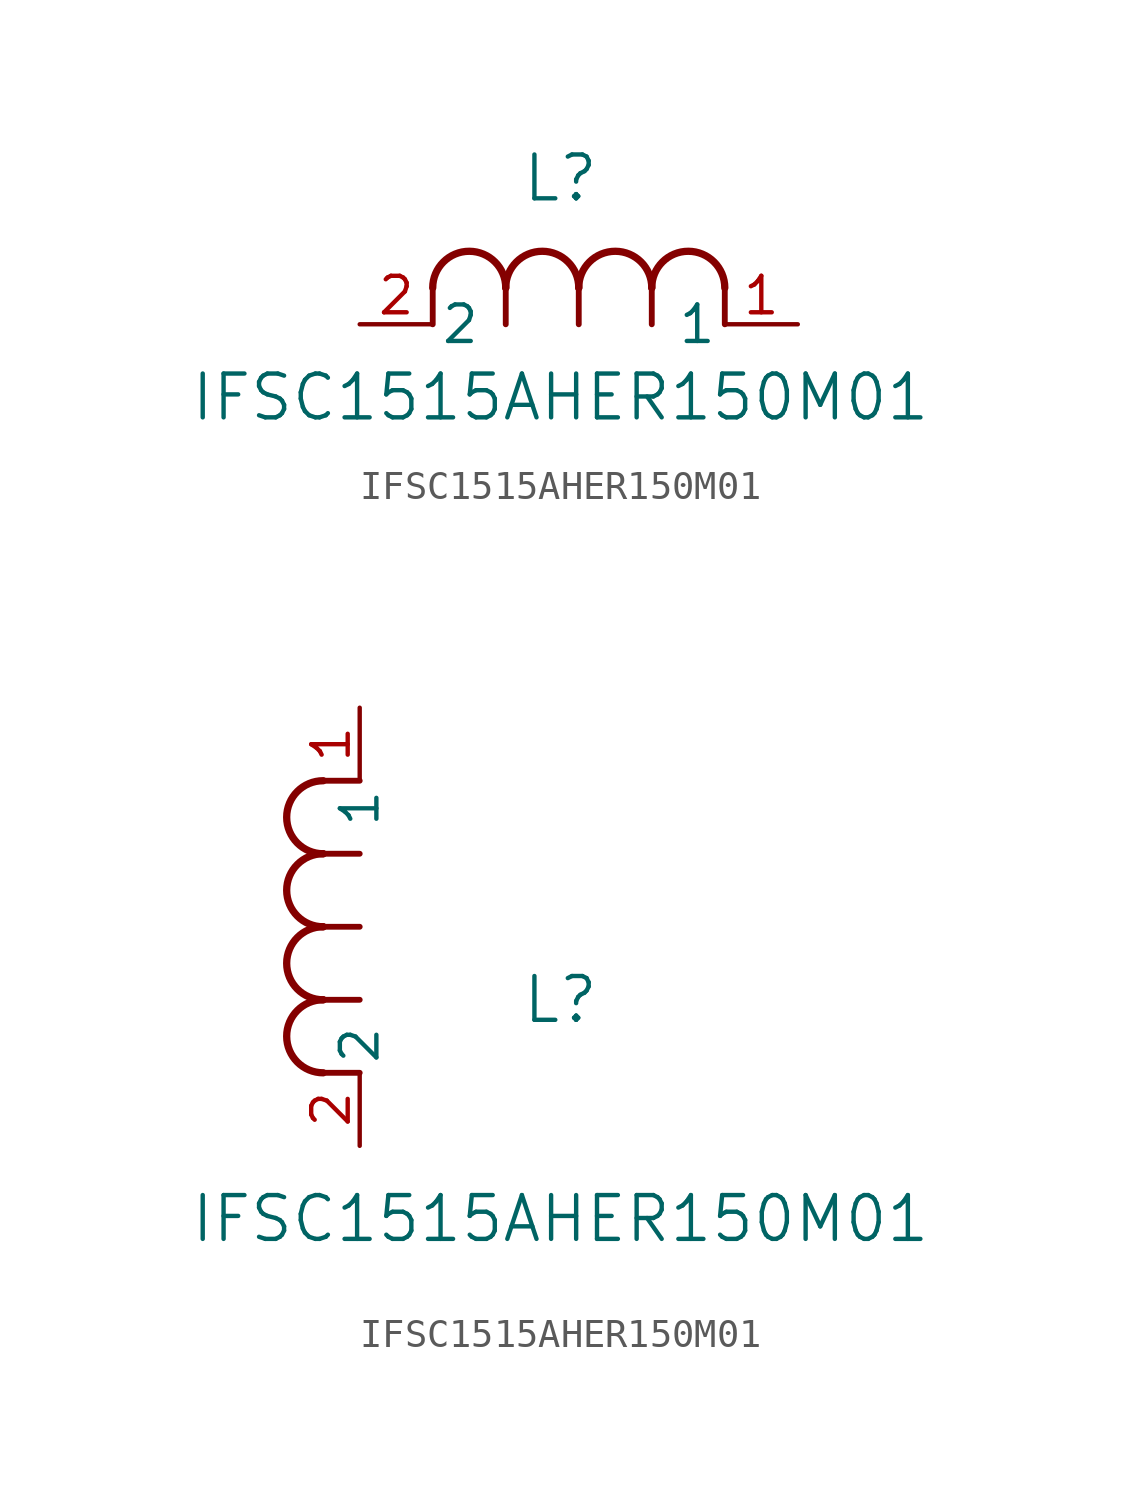
<source format=kicad_sym>
(kicad_symbol_lib
  (version 20211014)
  (generator kicad_symbol_editor)
  (symbol "IFSC1515AHER150M01"
    (pin_names
      (offset 0.254))
    (property "Reference" "L"
      (at 6.985 5.08 0)
      (effects (font (size 1.524 1.524))))
    (property "Value" "IFSC1515AHER150M01"
      (at 6.985 -2.54 0)
      (effects (font (size 1.524 1.524))))
    (symbol "IFSC1515AHER150M01_1_1"
      (arc (start 7.62 1.27) (mid 6.35 2.54) (end 5.08 1.27) (stroke (width 0.254) (type default) (color 0 0 0 0)) (fill (type none)))
      (polyline (pts (xy 5.08 0) (xy 5.08 1.27)) (stroke (width 0.203) (type default) (color 0 0 0 0)) (fill (type none)))
      (polyline (pts (xy 7.62 0) (xy 7.62 1.27)) (stroke (width 0.203) (type default) (color 0 0 0 0)) (fill (type none)))
      (polyline (pts (xy 12.7 0) (xy 12.7 1.27)) (stroke (width 0.203) (type default) (color 0 0 0 0)) (fill (type none)))
      (arc (start 5.08 1.27) (mid 3.81 2.54) (end 2.54 1.27) (stroke (width 0.254) (type default) (color 0 0 0 0)) (fill (type none)))
      (arc (start 10.16 1.27) (mid 8.89 2.54) (end 7.62 1.27) (stroke (width 0.254) (type default) (color 0 0 0 0)) (fill (type none)))
      (arc (start 12.7 1.27) (mid 11.43 2.54) (end 10.16 1.27) (stroke (width 0.254) (type default) (color 0 0 0 0)) (fill (type none)))
      (polyline (pts (xy 2.54 0) (xy 2.54 1.27)) (stroke (width 0.203) (type default) (color 0 0 0 0)) (fill (type none)))
      (polyline (pts (xy 10.16 0) (xy 10.16 1.27)) (stroke (width 0.203) (type default) (color 0 0 0 0)) (fill (type none)))
      (pin unspecified line (at 0 0 0) (length 2.54) (name "2" (effects (font (size 1.27 1.27)))) (number "2" (effects (font (size 1.27 1.27)))))
      (pin unspecified line (at 15.24 0 180) (length 2.54) (name "1" (effects (font (size 1.27 1.27)))) (number "1" (effects (font (size 1.27 1.27))))))
    (symbol "IFSC1515AHER150M01_1_2"
      (arc (start -1.27 7.62) (mid -2.54 6.35) (end -1.27 5.08) (stroke (width 0.254) (type default) (color 0 0 0 0)) (fill (type none)))
      (arc (start -1.27 5.08) (mid -2.54 3.81) (end -1.27 2.54) (stroke (width 0.254) (type default) (color 0 0 0 0)) (fill (type none)))
      (arc (start -1.27 12.7) (mid -2.54 11.43) (end -1.27 10.16) (stroke (width 0.254) (type default) (color 0 0 0 0)) (fill (type none)))
      (arc (start -1.27 10.16) (mid -2.54 8.89) (end -1.27 7.62) (stroke (width 0.254) (type default) (color 0 0 0 0)) (fill (type none)))
      (polyline (pts (xy 0 7.62) (xy -1.27 7.62)) (stroke (width 0.203) (type default) (color 0 0 0 0)) (fill (type none)))
      (polyline (pts (xy 0 5.08) (xy -1.27 5.08)) (stroke (width 0.203) (type default) (color 0 0 0 0)) (fill (type none)))
      (polyline (pts (xy 0 12.7) (xy -1.27 12.7)) (stroke (width 0.203) (type default) (color 0 0 0 0)) (fill (type none)))
      (polyline (pts (xy 0 2.54) (xy -1.27 2.54)) (stroke (width 0.203) (type default) (color 0 0 0 0)) (fill (type none)))
      (polyline (pts (xy 0 10.16) (xy -1.27 10.16)) (stroke (width 0.203) (type default) (color 0 0 0 0)) (fill (type none)))
      (pin unspecified line (at 0 0 90) (length 2.54) (name "2" (effects (font (size 1.27 1.27)))) (number "2" (effects (font (size 1.27 1.27)))))
      (pin unspecified line (at 0 15.24 270) (length 2.54) (name "1" (effects (font (size 1.27 1.27)))) (number "1" (effects (font (size 1.27 1.27))))))))
</source>
